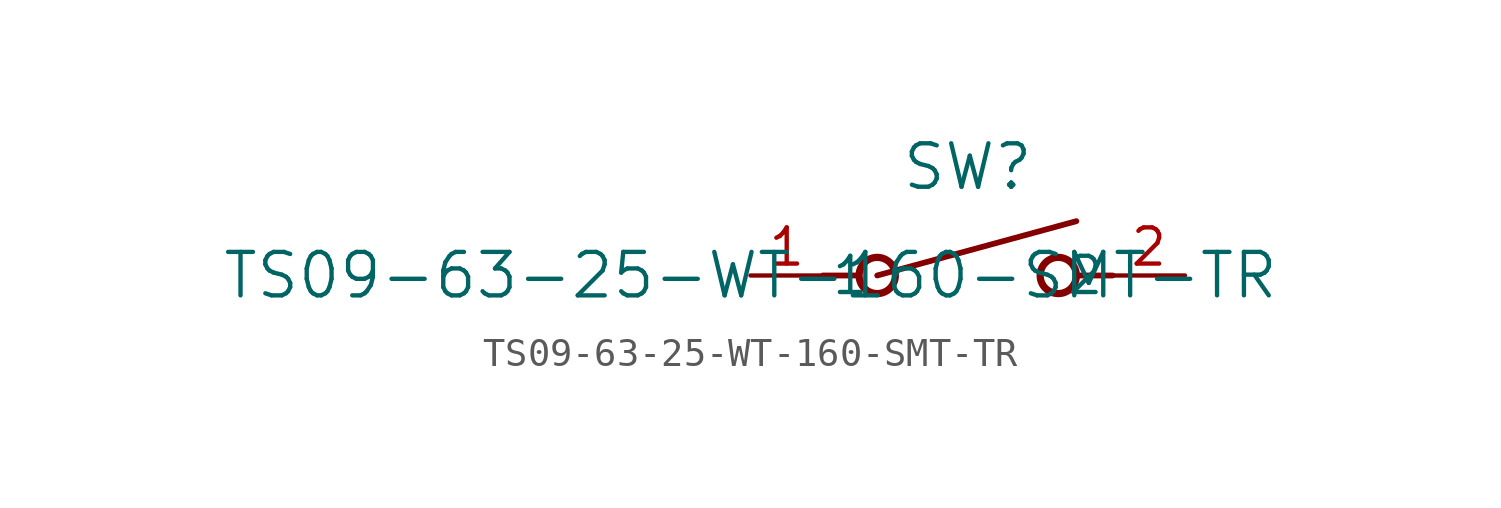
<source format=kicad_sym>
(kicad_symbol_lib
  (version 20211014)
  (generator kicad_symbol_editor)
  (symbol "TS09-63-25-WT-160-SMT-TR"
    (pin_names
      (offset 0.254))
    (property "Reference" "SW"
      (at 7.62 3.81 0)
      (effects (font (size 1.524 1.524))))
    (property "Value" "TS09-63-25-WT-160-SMT-TR"
      (at 0 0 0)
      (effects (font (size 1.524 1.524))))
    (symbol "TS09-63-25-WT-160-SMT-TR_0_1"
      (polyline (pts (xy 2.54 0) (xy 3.81 0)) (stroke (width 0.203) (type default) (color 0 0 0 0)) (fill (type none)))
      (circle (center 10.795 0) (radius 0.635) (stroke (width 0.254) (type default) (color 0 0 0 0)) (fill (type none)))
      (circle (center 4.445 0) (radius 0.635) (stroke (width 0.254) (type default) (color 0 0 0 0)) (fill (type none)))
      (polyline (pts (xy 12.7 0) (xy 11.43 0)) (stroke (width 0.203) (type default) (color 0 0 0 0)) (fill (type none)))
      (polyline (pts (xy 4.445 0) (xy 11.43 1.905)) (stroke (width 0.203) (type default) (color 0 0 0 0)) (fill (type none)))
      (pin unspecified line (at 0 0 0) (length 2.54) (name "1" (effects (font (size 1.27 1.27)))) (number "1" (effects (font (size 1.27 1.27)))))
      (pin unspecified line (at 15.24 0 180) (length 2.54) (name "2" (effects (font (size 1.27 1.27)))) (number "2" (effects (font (size 1.27 1.27))))))))
</source>
